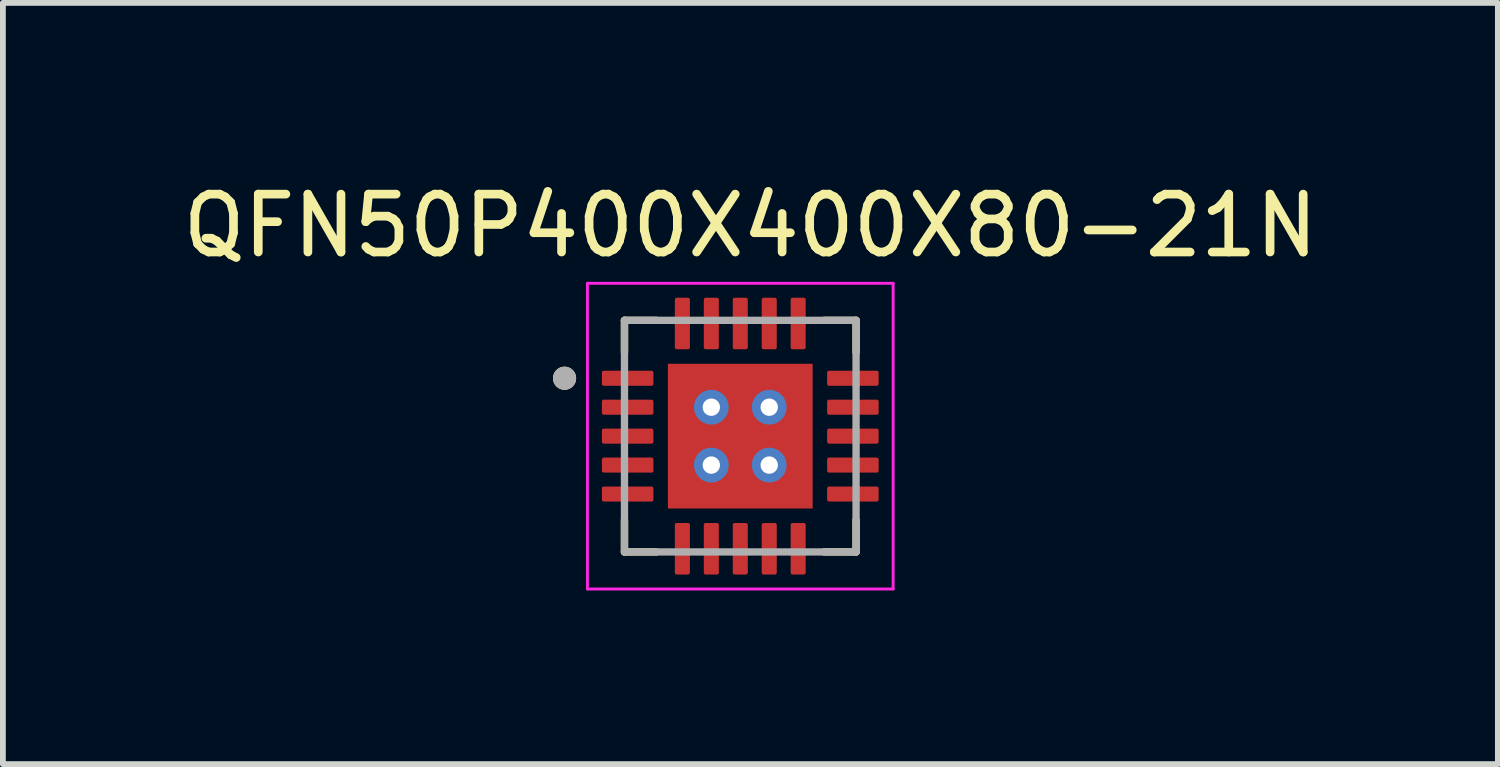
<source format=kicad_pcb>
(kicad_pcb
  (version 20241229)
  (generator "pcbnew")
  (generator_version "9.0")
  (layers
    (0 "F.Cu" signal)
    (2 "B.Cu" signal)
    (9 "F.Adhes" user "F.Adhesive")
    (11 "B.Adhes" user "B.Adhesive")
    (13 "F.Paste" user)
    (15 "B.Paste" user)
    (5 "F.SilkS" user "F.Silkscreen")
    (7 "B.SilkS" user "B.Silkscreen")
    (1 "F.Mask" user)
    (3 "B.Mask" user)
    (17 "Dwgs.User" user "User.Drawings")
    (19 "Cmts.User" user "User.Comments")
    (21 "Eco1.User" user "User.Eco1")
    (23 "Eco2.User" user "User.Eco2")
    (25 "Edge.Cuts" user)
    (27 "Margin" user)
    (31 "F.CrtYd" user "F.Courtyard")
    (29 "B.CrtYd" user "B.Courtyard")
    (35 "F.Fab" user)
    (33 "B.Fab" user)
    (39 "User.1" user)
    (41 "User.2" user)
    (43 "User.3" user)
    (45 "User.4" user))
  (footprint "QFN50P400X400X80-21N"
    (layer "F.Cu")
    (at 9.736 4.483)
    (property "Reference" "QFN50P400X400X80-21N" (at 0.175 -3.635 0) (layer "F.SilkS") (effects (font (size 1 1) (thickness 0.15))))
    (attr smd)
    (fp_line (start -2 -2) (end -2 -1.45) (stroke (width 0.127) (type solid)) (layer "F.SilkS"))
    (fp_line (start -2 -2) (end -1.45 -2) (stroke (width 0.127) (type solid)) (layer "F.SilkS"))
    (fp_line (start -2 2) (end -2 1.45) (stroke (width 0.127) (type solid)) (layer "F.SilkS"))
    (fp_line (start -2 2) (end -1.45 2) (stroke (width 0.127) (type solid)) (layer "F.SilkS"))
    (fp_line (start 2 -2) (end 1.45 -2) (stroke (width 0.127) (type solid)) (layer "F.SilkS"))
    (fp_line (start 2 -2) (end 2 -1.45) (stroke (width 0.127) (type solid)) (layer "F.SilkS"))
    (fp_line (start 2 2) (end 1.45 2) (stroke (width 0.127) (type solid)) (layer "F.SilkS"))
    (fp_line (start 2 2) (end 2 1.45) (stroke (width 0.127) (type solid)) (layer "F.SilkS"))
    (fp_circle (center -3.035 -1) (end -2.935 -1) (stroke (width 0.2) (type solid)) (fill no) (layer "F.SilkS"))
    (fp_poly (pts (xy -0.855 -0.855) (xy 0.855 -0.855) (xy 0.855 0.855) (xy -0.855 0.855)) (stroke (width 0.01) (type solid)) (fill yes) (layer "F.Paste"))
    (fp_line (start -2.64 -2.64) (end 2.64 -2.64) (stroke (width 0.05) (type solid)) (layer "F.CrtYd"))
    (fp_line (start -2.64 2.64) (end -2.64 -2.64) (stroke (width 0.05) (type solid)) (layer "F.CrtYd"))
    (fp_line (start -2.64 2.64) (end 2.64 2.64) (stroke (width 0.05) (type solid)) (layer "F.CrtYd"))
    (fp_line (start 2.64 2.64) (end 2.64 -2.64) (stroke (width 0.05) (type solid)) (layer "F.CrtYd"))
    (fp_line (start -2 2) (end -2 -2) (stroke (width 0.127) (type solid)) (layer "F.Fab"))
    (fp_line (start 2 -2) (end -2 -2) (stroke (width 0.127) (type solid)) (layer "F.Fab"))
    (fp_line (start 2 2) (end -2 2) (stroke (width 0.127) (type solid)) (layer "F.Fab"))
    (fp_line (start 2 2) (end 2 -2) (stroke (width 0.127) (type solid)) (layer "F.Fab"))
    (fp_circle (center -3.035 -1) (end -2.935 -1) (stroke (width 0.2) (type solid)) (fill no) (layer "F.Fab"))
    (pad "1" smd roundrect (at -1.945 -1) (size 0.89 0.26) (layers "F.Cu" "F.Mask" "F.Paste") (roundrect_rratio 0.125))
    (pad "2" smd roundrect (at -1.945 -0.5) (size 0.89 0.26) (layers "F.Cu" "F.Mask" "F.Paste") (roundrect_rratio 0.125))
    (pad "3" smd roundrect (at -1.945 0) (size 0.89 0.26) (layers "F.Cu" "F.Mask" "F.Paste") (roundrect_rratio 0.125))
    (pad "4" smd roundrect (at -1.945 0.5) (size 0.89 0.26) (layers "F.Cu" "F.Mask" "F.Paste") (roundrect_rratio 0.125))
    (pad "5" smd roundrect (at -1.945 1) (size 0.89 0.26) (layers "F.Cu" "F.Mask" "F.Paste") (roundrect_rratio 0.125))
    (pad "6" smd roundrect (at -1 1.945) (size 0.26 0.89) (layers "F.Cu" "F.Mask" "F.Paste") (roundrect_rratio 0.125))
    (pad "7" smd roundrect (at -0.5 1.945) (size 0.26 0.89) (layers "F.Cu" "F.Mask" "F.Paste") (roundrect_rratio 0.125))
    (pad "8" smd roundrect (at 0 1.945) (size 0.26 0.89) (layers "F.Cu" "F.Mask" "F.Paste") (roundrect_rratio 0.125))
    (pad "9" smd roundrect (at 0.5 1.945) (size 0.26 0.89) (layers "F.Cu" "F.Mask" "F.Paste") (roundrect_rratio 0.125))
    (pad "10" smd roundrect (at 1 1.945) (size 0.26 0.89) (layers "F.Cu" "F.Mask" "F.Paste") (roundrect_rratio 0.125))
    (pad "11" smd roundrect (at 1.945 1) (size 0.89 0.26) (layers "F.Cu" "F.Mask" "F.Paste") (roundrect_rratio 0.125))
    (pad "12" smd roundrect (at 1.945 0.5) (size 0.89 0.26) (layers "F.Cu" "F.Mask" "F.Paste") (roundrect_rratio 0.125))
    (pad "13" smd roundrect (at 1.945 0) (size 0.89 0.26) (layers "F.Cu" "F.Mask" "F.Paste") (roundrect_rratio 0.125))
    (pad "14" smd roundrect (at 1.945 -0.5) (size 0.89 0.26) (layers "F.Cu" "F.Mask" "F.Paste") (roundrect_rratio 0.125))
    (pad "15" smd roundrect (at 1.945 -1) (size 0.89 0.26) (layers "F.Cu" "F.Mask" "F.Paste") (roundrect_rratio 0.125))
    (pad "16" smd roundrect (at 1 -1.945) (size 0.26 0.89) (layers "F.Cu" "F.Mask" "F.Paste") (roundrect_rratio 0.125))
    (pad "17" smd roundrect (at 0.5 -1.945) (size 0.26 0.89) (layers "F.Cu" "F.Mask" "F.Paste") (roundrect_rratio 0.125))
    (pad "18" smd roundrect (at 0 -1.945) (size 0.26 0.89) (layers "F.Cu" "F.Mask" "F.Paste") (roundrect_rratio 0.125))
    (pad "19" smd roundrect (at -0.5 -1.945) (size 0.26 0.89) (layers "F.Cu" "F.Mask" "F.Paste") (roundrect_rratio 0.125))
    (pad "20" smd roundrect (at -1 -1.945) (size 0.26 0.89) (layers "F.Cu" "F.Mask" "F.Paste") (roundrect_rratio 0.125))
    (pad "21" thru_hole circle (at -0.5 -0.5) (size 0.6 0.6) (drill 0.3) (property pad_prop_heatsink) (layers "*.Cu"))
    (pad "21" thru_hole circle (at -0.5 0.5) (size 0.6 0.6) (drill 0.3) (property pad_prop_heatsink) (layers "*.Cu"))
    (pad "21" smd rect (at 0 0) (size 2.5 2.5) (layers "F.Cu" "F.Mask"))
    (pad "21" thru_hole circle (at 0.5 -0.5) (size 0.6 0.6) (drill 0.3) (property pad_prop_heatsink) (layers "*.Cu"))
    (pad "21" thru_hole circle (at 0.5 0.5) (size 0.6 0.6) (drill 0.3) (property pad_prop_heatsink) (layers "*.Cu")))
  (gr_rect
    (start -3 -3)
    (end 22.821 10.148)
    (stroke (width 0.1) (type default))
    (fill no)
    (layer "Edge.Cuts")))
</source>
